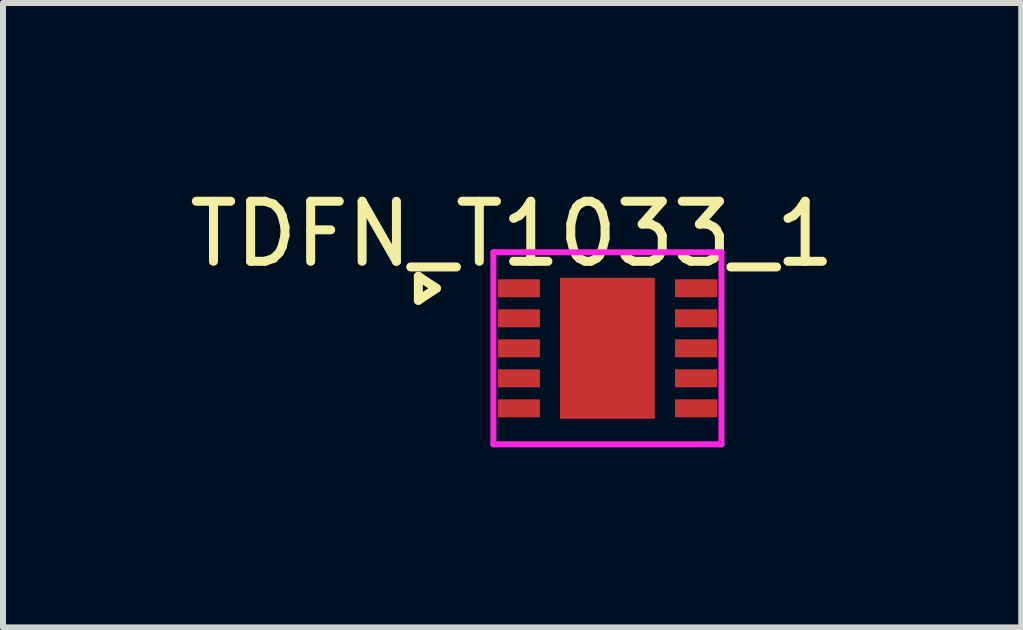
<source format=kicad_pcb>
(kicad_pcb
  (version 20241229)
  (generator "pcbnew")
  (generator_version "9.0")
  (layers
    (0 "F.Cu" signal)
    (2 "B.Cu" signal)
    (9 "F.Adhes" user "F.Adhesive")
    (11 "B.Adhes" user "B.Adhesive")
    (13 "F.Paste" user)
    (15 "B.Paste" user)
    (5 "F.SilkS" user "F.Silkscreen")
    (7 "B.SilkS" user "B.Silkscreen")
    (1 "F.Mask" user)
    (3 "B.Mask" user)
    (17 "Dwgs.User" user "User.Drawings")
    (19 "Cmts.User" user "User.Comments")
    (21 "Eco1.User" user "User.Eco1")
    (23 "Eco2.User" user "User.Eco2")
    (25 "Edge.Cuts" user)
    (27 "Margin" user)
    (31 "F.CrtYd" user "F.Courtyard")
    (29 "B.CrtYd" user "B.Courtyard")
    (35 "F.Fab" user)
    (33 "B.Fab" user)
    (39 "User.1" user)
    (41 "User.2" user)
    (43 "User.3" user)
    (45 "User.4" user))
  (footprint "TDFN_T1033_1"
    (layer "F.Cu")
    (at 7.07 2.753)
    (property "Reference" "TDFN_T1033_1" (at -1.587 -1.905 0) (layer "F.SilkS") (effects (font (size 1 1) (thickness 0.15))))
    (attr through_hole)
    (fp_line (start -3.15 -0.8) (end -3.15 -1.2) (stroke (width 0.15) (type solid)) (layer "F.SilkS"))
    (fp_line (start -2.85 -1) (end -3.15 -1.2) (stroke (width 0.15) (type solid)) (layer "F.SilkS"))
    (fp_line (start -2.85 -1) (end -3.15 -0.8) (stroke (width 0.15) (type solid)) (layer "F.SilkS"))
    (fp_line (start -1.9 -1.6) (end -1.9 1.6) (stroke (width 0.1) (type solid)) (layer "F.CrtYd"))
    (fp_line (start -1.9 -1.6) (end 1.9 -1.6) (stroke (width 0.1) (type solid)) (layer "F.CrtYd"))
    (fp_line (start -1.9 1.6) (end 1.9 1.6) (stroke (width 0.1) (type solid)) (layer "F.CrtYd"))
    (fp_line (start 1.9 -1.6) (end 1.9 1.6) (stroke (width 0.1) (type solid)) (layer "F.CrtYd"))
    (pad "0" smd rect (at 0 0) (size 1.58 2.35) (layers "F.Cu" "F.Mask" "F.Paste"))
    (pad "1" smd rect (at -1.475 -1) (size 0.7 0.3) (layers "F.Cu" "F.Mask" "F.Paste"))
    (pad "2" smd rect (at -1.475 -0.5) (size 0.7 0.3) (layers "F.Cu" "F.Mask" "F.Paste"))
    (pad "3" smd rect (at -1.475 0) (size 0.7 0.3) (layers "F.Cu" "F.Mask" "F.Paste"))
    (pad "4" smd rect (at -1.475 0.5) (size 0.7 0.3) (layers "F.Cu" "F.Mask" "F.Paste"))
    (pad "5" smd rect (at -1.475 1) (size 0.7 0.3) (layers "F.Cu" "F.Mask" "F.Paste"))
    (pad "6" smd rect (at 1.475 1) (size 0.7 0.3) (layers "F.Cu" "F.Mask" "F.Paste"))
    (pad "7" smd rect (at 1.475 0.5) (size 0.7 0.3) (layers "F.Cu" "F.Mask" "F.Paste"))
    (pad "8" smd rect (at 1.475 0) (size 0.7 0.3) (layers "F.Cu" "F.Mask" "F.Paste"))
    (pad "9" smd rect (at 1.475 -0.5) (size 0.7 0.3) (layers "F.Cu" "F.Mask" "F.Paste"))
    (pad "10" smd rect (at 1.475 -1) (size 0.7 0.3) (layers "F.Cu" "F.Mask" "F.Paste")))
  (gr_rect
    (start -3 -3)
    (end 13.964 7.403)
    (stroke (width 0.1) (type default))
    (fill no)
    (layer "Edge.Cuts")))
</source>
